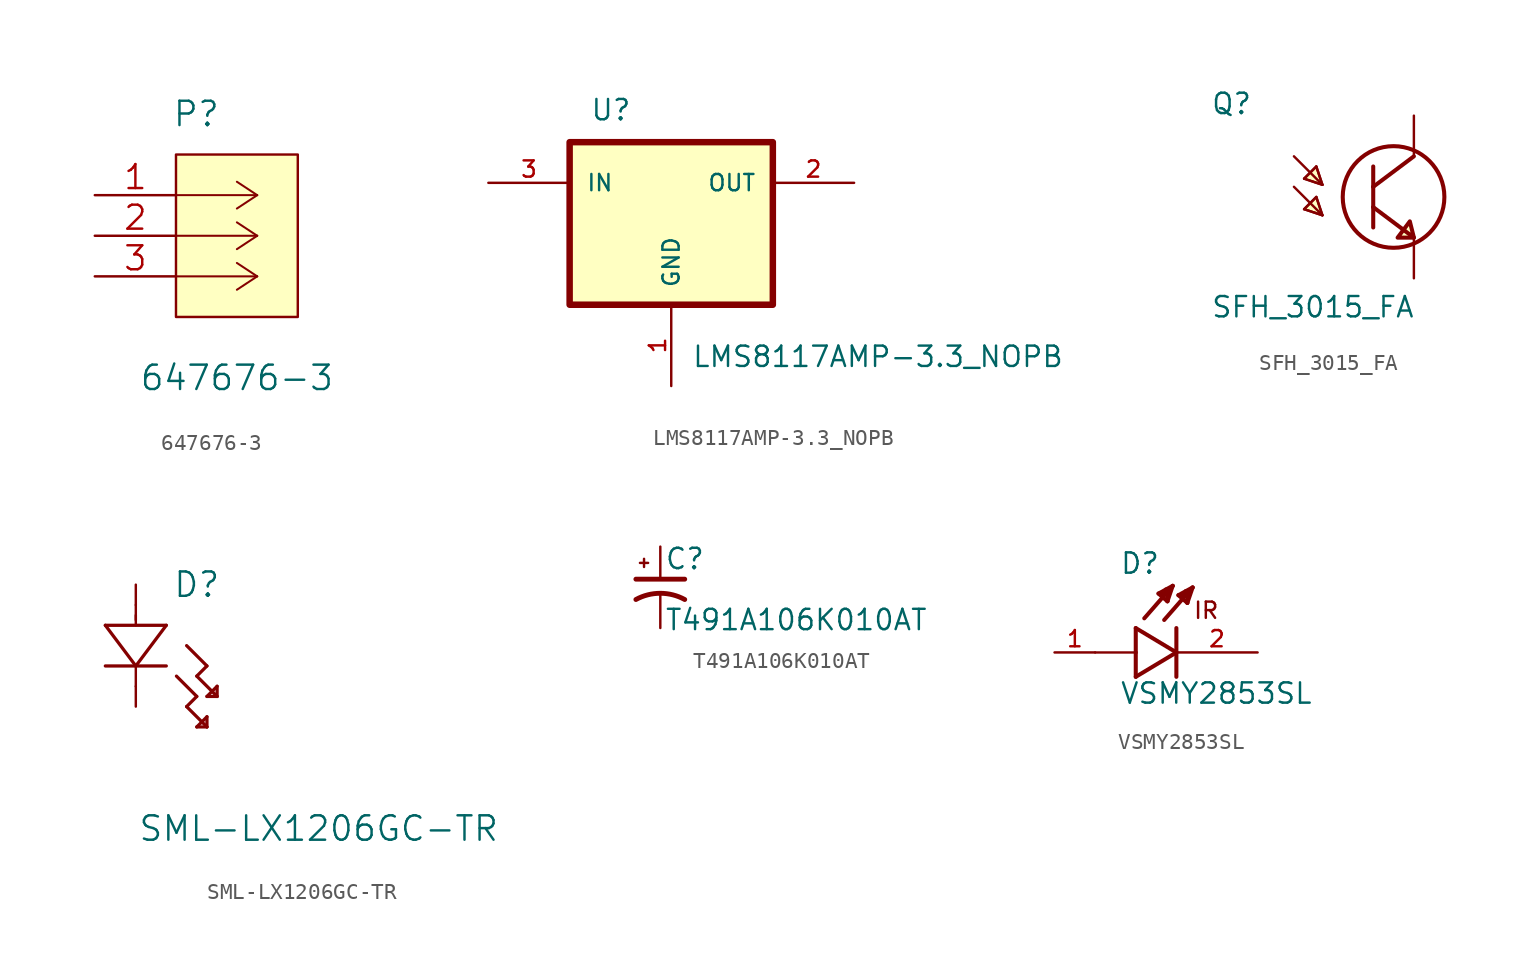
<source format=kicad_sym>
(kicad_symbol_lib
  (version 20211014)
  (generator kicad_symbol_editor)
  (symbol "647676-3"
    (pin_names
      (offset 0.254) hide)
    (property "Reference" "P"
      (at 6.35 5.08 0)
      (effects (font (size 1.524 1.524))))
    (property "Value" "647676-3"
      (at 8.89 -11.43 0)
      (effects (font (size 1.524 1.524))))
    (property "Datasheet" ""
      (at 0 0 0)
      (effects (font (size 1.524 1.524))))
    (symbol "647676-3_1_1"
      (polyline (pts (xy 10.16 -5.08) (xy 5.08 -5.08)) (stroke (width 0.127) (type default) (color 0 0 0 0)) (fill (type none)))
      (polyline (pts (xy 10.16 -5.08) (xy 8.89 -5.918)) (stroke (width 0.127) (type default) (color 0 0 0 0)) (fill (type none)))
      (polyline (pts (xy 10.16 -5.08) (xy 8.89 -4.242)) (stroke (width 0.127) (type default) (color 0 0 0 0)) (fill (type none)))
      (polyline (pts (xy 10.16 -2.54) (xy 5.08 -2.54)) (stroke (width 0.127) (type default) (color 0 0 0 0)) (fill (type none)))
      (polyline (pts (xy 10.16 -2.54) (xy 8.89 -3.378)) (stroke (width 0.127) (type default) (color 0 0 0 0)) (fill (type none)))
      (polyline (pts (xy 10.16 -2.54) (xy 8.89 -1.702)) (stroke (width 0.127) (type default) (color 0 0 0 0)) (fill (type none)))
      (polyline (pts (xy 10.16 0) (xy 5.08 0)) (stroke (width 0.127) (type default) (color 0 0 0 0)) (fill (type none)))
      (polyline (pts (xy 10.16 0) (xy 8.89 -0.838)) (stroke (width 0.127) (type default) (color 0 0 0 0)) (fill (type none)))
      (polyline (pts (xy 10.16 0) (xy 8.89 0.838)) (stroke (width 0.127) (type default) (color 0 0 0 0)) (fill (type none)))
      (rectangle (start 5.08 2.54) (end 12.7 -7.62) (stroke (width 0.152) (type default) (color 0 0 0 0)) (fill (type background)))
      (pin passive line (at 0 0 0) (length 5.08) (name "1" (effects (font (size 1.499 1.499)))) (number "1" (effects (font (size 1.499 1.499)))))
      (pin passive line (at 0 -2.54 0) (length 5.08) (name "2" (effects (font (size 1.499 1.499)))) (number "2" (effects (font (size 1.499 1.499)))))
      (pin passive line (at 0 -5.08 0) (length 5.08) (name "3" (effects (font (size 1.499 1.499)))) (number "3" (effects (font (size 1.499 1.499)))))))
  (symbol "LMS8117AMP-3.3_NOPB"
    (pin_names
      (offset 1.016))
    (property "Reference" "U"
      (at -5.08 6.35 0)
      (effects (font (size 1.27 1.27)) (justify left bottom)))
    (property "Value" "LMS8117AMP-3.3_NOPB"
      (at 1.27 -9.068 0)
      (effects (font (size 1.27 1.27)) (justify left bottom)))
    (symbol "LMS8117AMP-3.3_NOPB_0_0"
      (rectangle (start -6.35 -5.08) (end 6.35 5.08) (stroke (width 0.406) (type default) (color 0 0 0 0)) (fill (type background)))
      (pin power_in line (at 0 -10.16 90) (length 5.08) (name "GND" (effects (font (size 1.016 1.016)))) (number "1" (effects (font (size 1.016 1.016)))))
      (pin output line (at 11.43 2.54 180) (length 5.08) (name "OUT" (effects (font (size 1.016 1.016)))) (number "2" (effects (font (size 1.016 1.016)))))
      (pin input line (at -11.43 2.54 0) (length 5.08) (name "IN" (effects (font (size 1.016 1.016)))) (number "3" (effects (font (size 1.016 1.016)))))
      (pin output line (at 11.43 -1.27 180) (length 5.08) hide (name "OUT" (effects (font (size 1.016 1.016)))) (number "4" (effects (font (size 1.016 1.016)))))))
  (symbol "SFH_3015_FA"
    (pin_numbers hide)
    (pin_names
      (offset 1.016) hide)
    (property "Reference" "Q"
      (at -10.16 5.08 0)
      (effects (font (size 1.27 1.27)) (justify left bottom)))
    (property "Value" "SFH_3015_FA"
      (at -10.16 -7.62 0)
      (effects (font (size 1.27 1.27)) (justify left bottom)))
    (symbol "SFH_3015_FA_0_0"
      (polyline (pts (xy -4.953 0.635) (xy -3.175 -1.143)) (stroke (width 0.152) (type default) (color 0 0 0 0)) (fill (type none)))
      (polyline (pts (xy -4.953 2.54) (xy -3.175 0.762)) (stroke (width 0.152) (type default) (color 0 0 0 0)) (fill (type none)))
      (polyline (pts (xy -4.318 -0.762) (xy -3.556 0)) (stroke (width 0.152) (type default) (color 0 0 0 0)) (fill (type none)))
      (polyline (pts (xy -4.318 1.143) (xy -3.556 1.905)) (stroke (width 0.152) (type default) (color 0 0 0 0)) (fill (type none)))
      (polyline (pts (xy -3.556 0) (xy -3.175 -1.143)) (stroke (width 0.152) (type default) (color 0 0 0 0)) (fill (type none)))
      (polyline (pts (xy -3.556 1.905) (xy -3.175 0.762)) (stroke (width 0.152) (type default) (color 0 0 0 0)) (fill (type none)))
      (polyline (pts (xy -3.175 -1.143) (xy -4.318 -0.762)) (stroke (width 0.152) (type default) (color 0 0 0 0)) (fill (type none)))
      (polyline (pts (xy -3.175 0.762) (xy -4.318 1.143)) (stroke (width 0.152) (type default) (color 0 0 0 0)) (fill (type none)))
      (polyline (pts (xy 0 -0.635) (xy 0 -1.905)) (stroke (width 0.254) (type default) (color 0 0 0 0)) (fill (type none)))
      (polyline (pts (xy 0 -0.635) (xy 2.54 -2.54)) (stroke (width 0.254) (type default) (color 0 0 0 0)) (fill (type none)))
      (polyline (pts (xy 0 0.635) (xy 0 -0.635)) (stroke (width 0.254) (type default) (color 0 0 0 0)) (fill (type none)))
      (polyline (pts (xy 0 0.635) (xy 2.54 2.54)) (stroke (width 0.254) (type default) (color 0 0 0 0)) (fill (type none)))
      (polyline (pts (xy 0 1.905) (xy 0 0.635)) (stroke (width 0.254) (type default) (color 0 0 0 0)) (fill (type none)))
      (polyline (pts (xy 2.286 -2.286) (xy 2.54 -2.54)) (stroke (width 0.152) (type default) (color 0 0 0 0)) (fill (type none)))
      (polyline (pts (xy -4.318 -0.762) (xy -3.175 -1.143) (xy -3.556 0) (xy -4.318 -0.762)) (stroke (width 0.152) (type default) (color 0 0 0 0)) (fill (type background)))
      (polyline (pts (xy -4.318 1.143) (xy -3.175 0.762) (xy -3.556 1.905) (xy -4.318 1.143)) (stroke (width 0.152) (type default) (color 0 0 0 0)) (fill (type background)))
      (polyline (pts (xy 2.54 -2.54) (xy 2.286 -1.524) (xy 1.524 -2.54) (xy 2.54 -2.54)) (stroke (width 0.254) (type default) (color 0 0 0 0)) (fill (type background)))
      (circle (center 1.27 0) (radius 3.175) (stroke (width 0.254) (type default) (color 0 0 0 0)) (fill (type none)))
      (pin passive line (at 2.54 -5.08 90) (length 2.54) (name "~" (effects (font (size 1.016 1.016)))) (number "1" (effects (font (size 1.016 1.016)))))
      (pin passive line (at 2.54 5.08 270) (length 2.54) (name "~" (effects (font (size 1.016 1.016)))) (number "2" (effects (font (size 1.016 1.016)))))))
  (symbol "SML-LX1206GC-TR"
    (pin_numbers hide)
    (pin_names hide)
    (property "Reference" "D"
      (at 3.81 5.08 0)
      (effects (font (size 1.524 1.524))))
    (property "Value" "SML-LX1206GC-TR"
      (at 11.43 -10.16 0)
      (effects (font (size 1.524 1.524))))
    (property "Datasheet" ""
      (at 0 6.35 90)
      (effects (font (size 1.524 1.524))))
    (symbol "SML-LX1206GC-TR_1_1"
      (polyline (pts (xy -1.905 0) (xy 1.905 0)) (stroke (width 0.203) (type default) (color 0 0 0 0)) (fill (type none)))
      (polyline (pts (xy -1.905 2.54) (xy 0 0)) (stroke (width 0.203) (type default) (color 0 0 0 0)) (fill (type none)))
      (polyline (pts (xy 0 0) (xy 0 -1.27)) (stroke (width 0.152) (type default) (color 0 0 0 0)) (fill (type none)))
      (polyline (pts (xy 0 0) (xy 1.905 2.54)) (stroke (width 0.203) (type default) (color 0 0 0 0)) (fill (type none)))
      (polyline (pts (xy 0 3.175) (xy 0 2.54)) (stroke (width 0.152) (type default) (color 0 0 0 0)) (fill (type none)))
      (polyline (pts (xy 0 3.81) (xy 0 2.87)) (stroke (width 0.152) (type default) (color 0 0 0 0)) (fill (type none)))
      (polyline (pts (xy 1.905 2.54) (xy -1.905 2.54)) (stroke (width 0.203) (type default) (color 0 0 0 0)) (fill (type none)))
      (polyline (pts (xy 2.54 -0.635) (xy 3.81 -1.905)) (stroke (width 0.203) (type default) (color 0 0 0 0)) (fill (type none)))
      (polyline (pts (xy 3.175 -2.54) (xy 4.445 -3.81)) (stroke (width 0.203) (type default) (color 0 0 0 0)) (fill (type none)))
      (polyline (pts (xy 3.175 1.27) (xy 4.445 0)) (stroke (width 0.203) (type default) (color 0 0 0 0)) (fill (type none)))
      (polyline (pts (xy 3.81 -3.81) (xy 4.445 -3.81)) (stroke (width 0.203) (type default) (color 0 0 0 0)) (fill (type none)))
      (polyline (pts (xy 3.81 -1.905) (xy 3.175 -2.54)) (stroke (width 0.203) (type default) (color 0 0 0 0)) (fill (type none)))
      (polyline (pts (xy 3.81 -0.635) (xy 5.08 -1.905)) (stroke (width 0.203) (type default) (color 0 0 0 0)) (fill (type none)))
      (polyline (pts (xy 4.445 -3.81) (xy 4.445 -3.175)) (stroke (width 0.203) (type default) (color 0 0 0 0)) (fill (type none)))
      (polyline (pts (xy 4.445 -3.175) (xy 3.81 -3.81)) (stroke (width 0.203) (type default) (color 0 0 0 0)) (fill (type none)))
      (polyline (pts (xy 4.445 -1.905) (xy 5.08 -1.905)) (stroke (width 0.203) (type default) (color 0 0 0 0)) (fill (type none)))
      (polyline (pts (xy 4.445 0) (xy 3.81 -0.635)) (stroke (width 0.203) (type default) (color 0 0 0 0)) (fill (type none)))
      (polyline (pts (xy 5.08 -1.905) (xy 5.08 -1.27)) (stroke (width 0.203) (type default) (color 0 0 0 0)) (fill (type none)))
      (polyline (pts (xy 5.08 -1.27) (xy 4.445 -1.905)) (stroke (width 0.203) (type default) (color 0 0 0 0)) (fill (type none)))
      (pin passive line (at 0 -2.54 90) (length 1.27) (name "1" (effects (font (size 1.499 1.499)))) (number "1" (effects (font (size 1.499 1.499)))))
      (pin passive line (at 0 5.08 270) (length 1.27) (name "2" (effects (font (size 1.499 1.499)))) (number "2" (effects (font (size 1.499 1.499)))))))
  (symbol "T491A106K010AT"
    (pin_numbers hide)
    (pin_names
      (offset 0.254) hide)
    (property "Reference" "C"
      (at 0.254 1.778 0)
      (effects (font (size 1.27 1.27)) (justify left)))
    (property "Value" "T491A106K010AT"
      (at 0.254 -2.032 0)
      (effects (font (size 1.27 1.27)) (justify left)))
    (symbol "T491A106K010AT_0_1"
      (polyline (pts (xy -1.524 0.508) (xy 1.524 0.508)) (stroke (width 0.305) (type default) (color 0 0 0 0)) (fill (type none)))
      (polyline (pts (xy -1.27 1.524) (xy -0.762 1.524)) (stroke (width 0) (type default) (color 0 0 0 0)) (fill (type none)))
      (polyline (pts (xy -1.016 1.27) (xy -1.016 1.778)) (stroke (width 0) (type default) (color 0 0 0 0)) (fill (type none)))
      (arc (start 1.524 -0.762) (mid 0 -0.3734) (end -1.524 -0.762) (stroke (width 0.3048) (type default) (color 0 0 0 0)) (fill (type none))))
    (symbol "T491A106K010AT_1_1"
      (pin passive line (at 0 2.54 270) (length 2.032) (name "~" (effects (font (size 1.27 1.27)))) (number "1" (effects (font (size 1.27 1.27)))))
      (pin passive line (at 0 -2.54 90) (length 2.032) (name "~" (effects (font (size 1.27 1.27)))) (number "2" (effects (font (size 1.27 1.27)))))))
  (symbol "VSMY2853SL"
    (pin_names
      (offset 1.016) hide)
    (property "Reference" "D"
      (at -3.556 4.826 0)
      (effects (font (size 1.27 1.27)) (justify left bottom)))
    (property "Value" "VSMY2853SL"
      (at -3.556 -3.302 0)
      (effects (font (size 1.27 1.27)) (justify left bottom)))
    (symbol "VSMY2853SL_0_0"
      (polyline (pts (xy -2.54 -1.524) (xy 0 0)) (stroke (width 0.254) (type default) (color 0 0 0 0)) (fill (type none)))
      (polyline (pts (xy -2.54 0) (xy -5.08 0)) (stroke (width 0.152) (type default) (color 0 0 0 0)) (fill (type none)))
      (polyline (pts (xy -2.54 0) (xy -2.54 -1.524)) (stroke (width 0.254) (type default) (color 0 0 0 0)) (fill (type none)))
      (polyline (pts (xy -2.54 1.524) (xy -2.54 0)) (stroke (width 0.254) (type default) (color 0 0 0 0)) (fill (type none)))
      (polyline (pts (xy -1.118 3.683) (xy -0.229 4.166)) (stroke (width 0.254) (type default) (color 0 0 0 0)) (fill (type none)))
      (polyline (pts (xy -0.94 3.607) (xy -0.711 3.759)) (stroke (width 0.254) (type default) (color 0 0 0 0)) (fill (type none)))
      (polyline (pts (xy -0.559 3.2) (xy -1.118 3.683)) (stroke (width 0.254) (type default) (color 0 0 0 0)) (fill (type none)))
      (polyline (pts (xy -0.559 3.2) (xy -0.533 3.937)) (stroke (width 0.254) (type default) (color 0 0 0 0)) (fill (type none)))
      (polyline (pts (xy -0.533 3.937) (xy -0.66 3.937)) (stroke (width 0.254) (type default) (color 0 0 0 0)) (fill (type none)))
      (polyline (pts (xy -0.229 4.166) (xy -2.007 2.134)) (stroke (width 0.254) (type default) (color 0 0 0 0)) (fill (type none)))
      (polyline (pts (xy -0.229 4.166) (xy -0.559 3.2)) (stroke (width 0.254) (type default) (color 0 0 0 0)) (fill (type none)))
      (polyline (pts (xy 0 0) (xy -2.54 1.524)) (stroke (width 0.254) (type default) (color 0 0 0 0)) (fill (type none)))
      (polyline (pts (xy 0 1.524) (xy 0 -1.524)) (stroke (width 0.254) (type default) (color 0 0 0 0)) (fill (type none)))
      (polyline (pts (xy 0.127 3.581) (xy 1.016 4.064)) (stroke (width 0.254) (type default) (color 0 0 0 0)) (fill (type none)))
      (polyline (pts (xy 0.305 3.505) (xy 0.533 3.658)) (stroke (width 0.254) (type default) (color 0 0 0 0)) (fill (type none)))
      (polyline (pts (xy 0.686 3.099) (xy 0.127 3.581)) (stroke (width 0.254) (type default) (color 0 0 0 0)) (fill (type none)))
      (polyline (pts (xy 0.686 3.099) (xy 0.711 3.835)) (stroke (width 0.254) (type default) (color 0 0 0 0)) (fill (type none)))
      (polyline (pts (xy 0.711 3.835) (xy 0.584 3.835)) (stroke (width 0.254) (type default) (color 0 0 0 0)) (fill (type none)))
      (polyline (pts (xy 1.016 4.064) (xy -0.762 2.032)) (stroke (width 0.254) (type default) (color 0 0 0 0)) (fill (type none)))
      (polyline (pts (xy 1.016 4.064) (xy 0.686 3.099)) (stroke (width 0.254) (type default) (color 0 0 0 0)) (fill (type none)))
      (text "IR" (at 1.016 2.032 0) (effects (font (size 1.016 1.016)) (justify left bottom)))
      (pin passive line (at -7.62 0 0) (length 2.54) (name "~" (effects (font (size 1.016 1.016)))) (number "1" (effects (font (size 1.016 1.016)))))
      (pin passive line (at 5.08 0 180) (length 5.08) (name "~" (effects (font (size 1.016 1.016)))) (number "2" (effects (font (size 1.016 1.016))))))))
</source>
